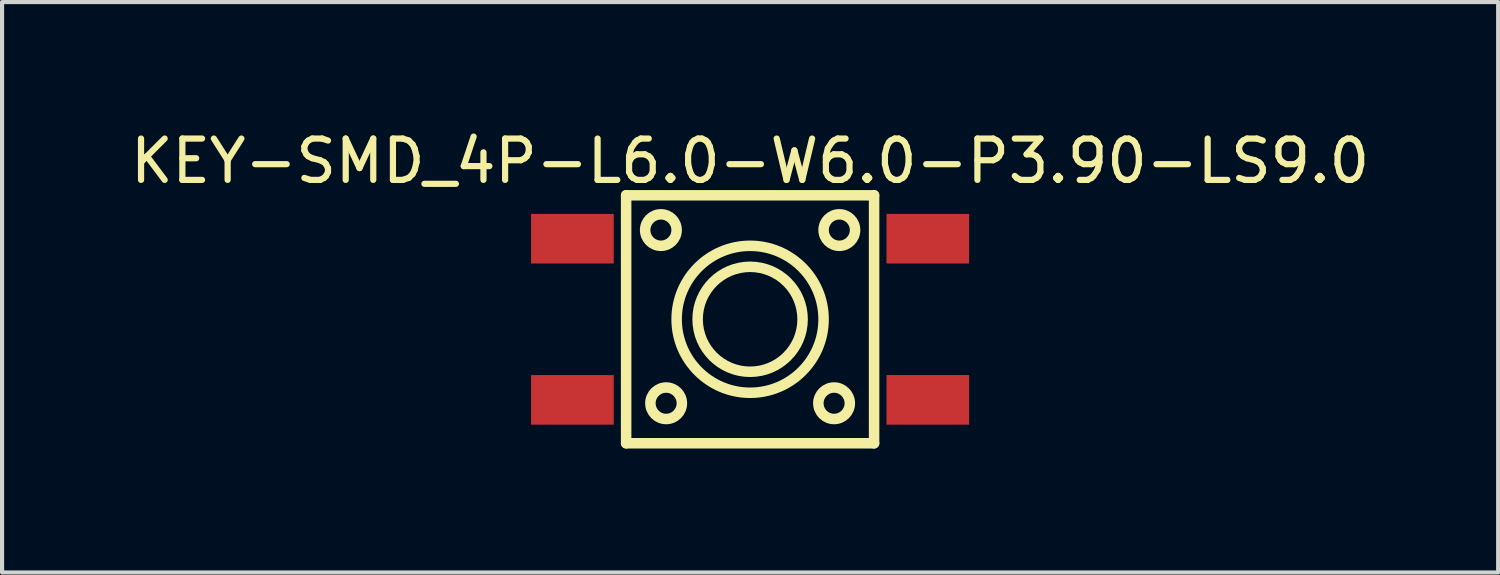
<source format=kicad_pcb>
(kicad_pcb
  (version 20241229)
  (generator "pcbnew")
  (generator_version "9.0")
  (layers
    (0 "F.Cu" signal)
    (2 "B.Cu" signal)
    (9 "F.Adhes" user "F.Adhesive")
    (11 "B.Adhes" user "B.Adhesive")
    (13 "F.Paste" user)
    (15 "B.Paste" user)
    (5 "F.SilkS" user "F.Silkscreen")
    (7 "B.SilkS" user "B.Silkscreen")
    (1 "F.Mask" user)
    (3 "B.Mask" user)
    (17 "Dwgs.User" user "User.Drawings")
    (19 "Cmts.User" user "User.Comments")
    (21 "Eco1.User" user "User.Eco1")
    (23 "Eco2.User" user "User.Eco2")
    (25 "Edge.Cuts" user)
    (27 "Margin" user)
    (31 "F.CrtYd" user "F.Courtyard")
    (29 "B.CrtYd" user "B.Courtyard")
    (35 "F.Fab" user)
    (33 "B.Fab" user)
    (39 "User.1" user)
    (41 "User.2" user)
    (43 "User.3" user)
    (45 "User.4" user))
  (footprint "KEY-SMD_4P-L6.0-W6.0-P3.90-LS9.0"
    (layer "F.Cu")
    (at 15.101 4.676)
    (property "Reference" "KEY-SMD_4P-L6.0-W6.0-P3.90-LS9.0" (at 0 -3.828 0) (layer "F.SilkS") (effects (font (size 1 1) (thickness 0.15))))
    (fp_line (start -3 -3) (end 3 -3) (stroke (width 0.254) (type default)) (layer "F.SilkS"))
    (fp_line (start -3 2.999) (end -3 -3.001) (stroke (width 0.254) (type default)) (layer "F.SilkS"))
    (fp_line (start 3 -3) (end 3 3) (stroke (width 0.254) (type default)) (layer "F.SilkS"))
    (fp_line (start 3 3) (end -3 3) (stroke (width 0.254) (type default)) (layer "F.SilkS"))
    (fp_circle (center -2.159 -2.159) (end -1.778 -2.159) (stroke (width 0.254) (type default)) (fill no) (layer "F.SilkS"))
    (fp_circle (center -2.032 2.032) (end -1.651 2.032) (stroke (width 0.254) (type default)) (fill no) (layer "F.SilkS"))
    (fp_circle (center 0 0) (end 1.27 0) (stroke (width 0.254) (type default)) (fill no) (layer "F.SilkS"))
    (fp_circle (center 0 0) (end 1.778 0) (stroke (width 0.254) (type default)) (fill no) (layer "F.SilkS"))
    (fp_circle (center 2.032 2.032) (end 2.413 2.032) (stroke (width 0.254) (type default)) (fill no) (layer "F.SilkS"))
    (fp_circle (center 2.159 -2.159) (end 2.54 -2.159) (stroke (width 0.254) (type default)) (fill no) (layer "F.SilkS"))
    (fp_poly (pts (xy -4.5 -1.6) (xy -4.5 -2.3) (xy -3.7 -2.3) (xy -3.7 -1.6)) (stroke (width 0.1) (type default)) (fill no) (layer "User.1"))
    (fp_poly (pts (xy -4.5 2.3) (xy -4.5 1.6) (xy -3.7 1.6) (xy -3.7 2.3)) (stroke (width 0.1) (type default)) (fill no) (layer "User.1"))
    (fp_poly (pts (xy -3.71 -1.6) (xy -3.71 -2.3) (xy -2.99 -2.3) (xy -2.99 -1.6)) (stroke (width 0.1) (type default)) (fill no) (layer "User.1"))
    (fp_poly (pts (xy -3.71 2.3) (xy -3.71 1.6) (xy -2.99 1.6) (xy -2.99 2.3)) (stroke (width 0.1) (type default)) (fill no) (layer "User.1"))
    (fp_poly (pts (xy 2.99 -1.6) (xy 2.99 -2.3) (xy 3.71 -2.3) (xy 3.71 -1.6)) (stroke (width 0.1) (type default)) (fill no) (layer "User.1"))
    (fp_poly (pts (xy 2.99 2.3) (xy 2.99 1.6) (xy 3.71 1.6) (xy 3.71 2.3)) (stroke (width 0.1) (type default)) (fill no) (layer "User.1"))
    (fp_poly (pts (xy 3.7 -1.6) (xy 3.7 -2.3) (xy 4.5 -2.3) (xy 4.5 -1.6)) (stroke (width 0.1) (type default)) (fill no) (layer "User.1"))
    (fp_poly (pts (xy 3.7 2.3) (xy 3.7 1.6) (xy 4.5 1.6) (xy 4.5 2.3)) (stroke (width 0.1) (type default)) (fill no) (layer "User.1"))
    (fp_line (start -3 -3) (end 3 -3) (stroke (width 0.051) (type default)) (layer "User.2"))
    (fp_line (start -3 3) (end -3 -3) (stroke (width 0.051) (type default)) (layer "User.2"))
    (fp_line (start 3 -3) (end 3 3) (stroke (width 0.051) (type default)) (layer "User.2"))
    (fp_line (start 3 3) (end -3 3) (stroke (width 0.051) (type default)) (layer "User.2"))
    (fp_poly (pts (xy -4.44 -3) (xy -4.458 -3.042) (xy -4.5 -3.06) (xy -4.542 -3.042) (xy -4.56 -3) (xy -4.542 -2.958) (xy -4.5 -2.94) (xy -4.458 -2.958)) (stroke (width 0.1) (type default)) (fill no) (layer "User.3"))
    (pad "1" smd rect (at -4.3 -1.95) (size 2 1.2) (layers "F.Cu" "F.Mask" "F.Paste"))
    (pad "2" smd rect (at 4.3 -1.95) (size 2 1.2) (layers "F.Cu" "F.Mask" "F.Paste"))
    (pad "3" smd rect (at -4.3 1.95) (size 2 1.2) (layers "F.Cu" "F.Mask" "F.Paste"))
    (pad "4" smd rect (at 4.3 1.95) (size 2 1.2) (layers "F.Cu" "F.Mask" "F.Paste")))
  (gr_rect
    (start -3 -3)
    (end 33.202 10.803)
    (stroke (width 0.1) (type default))
    (fill no)
    (layer "Edge.Cuts")))
</source>
